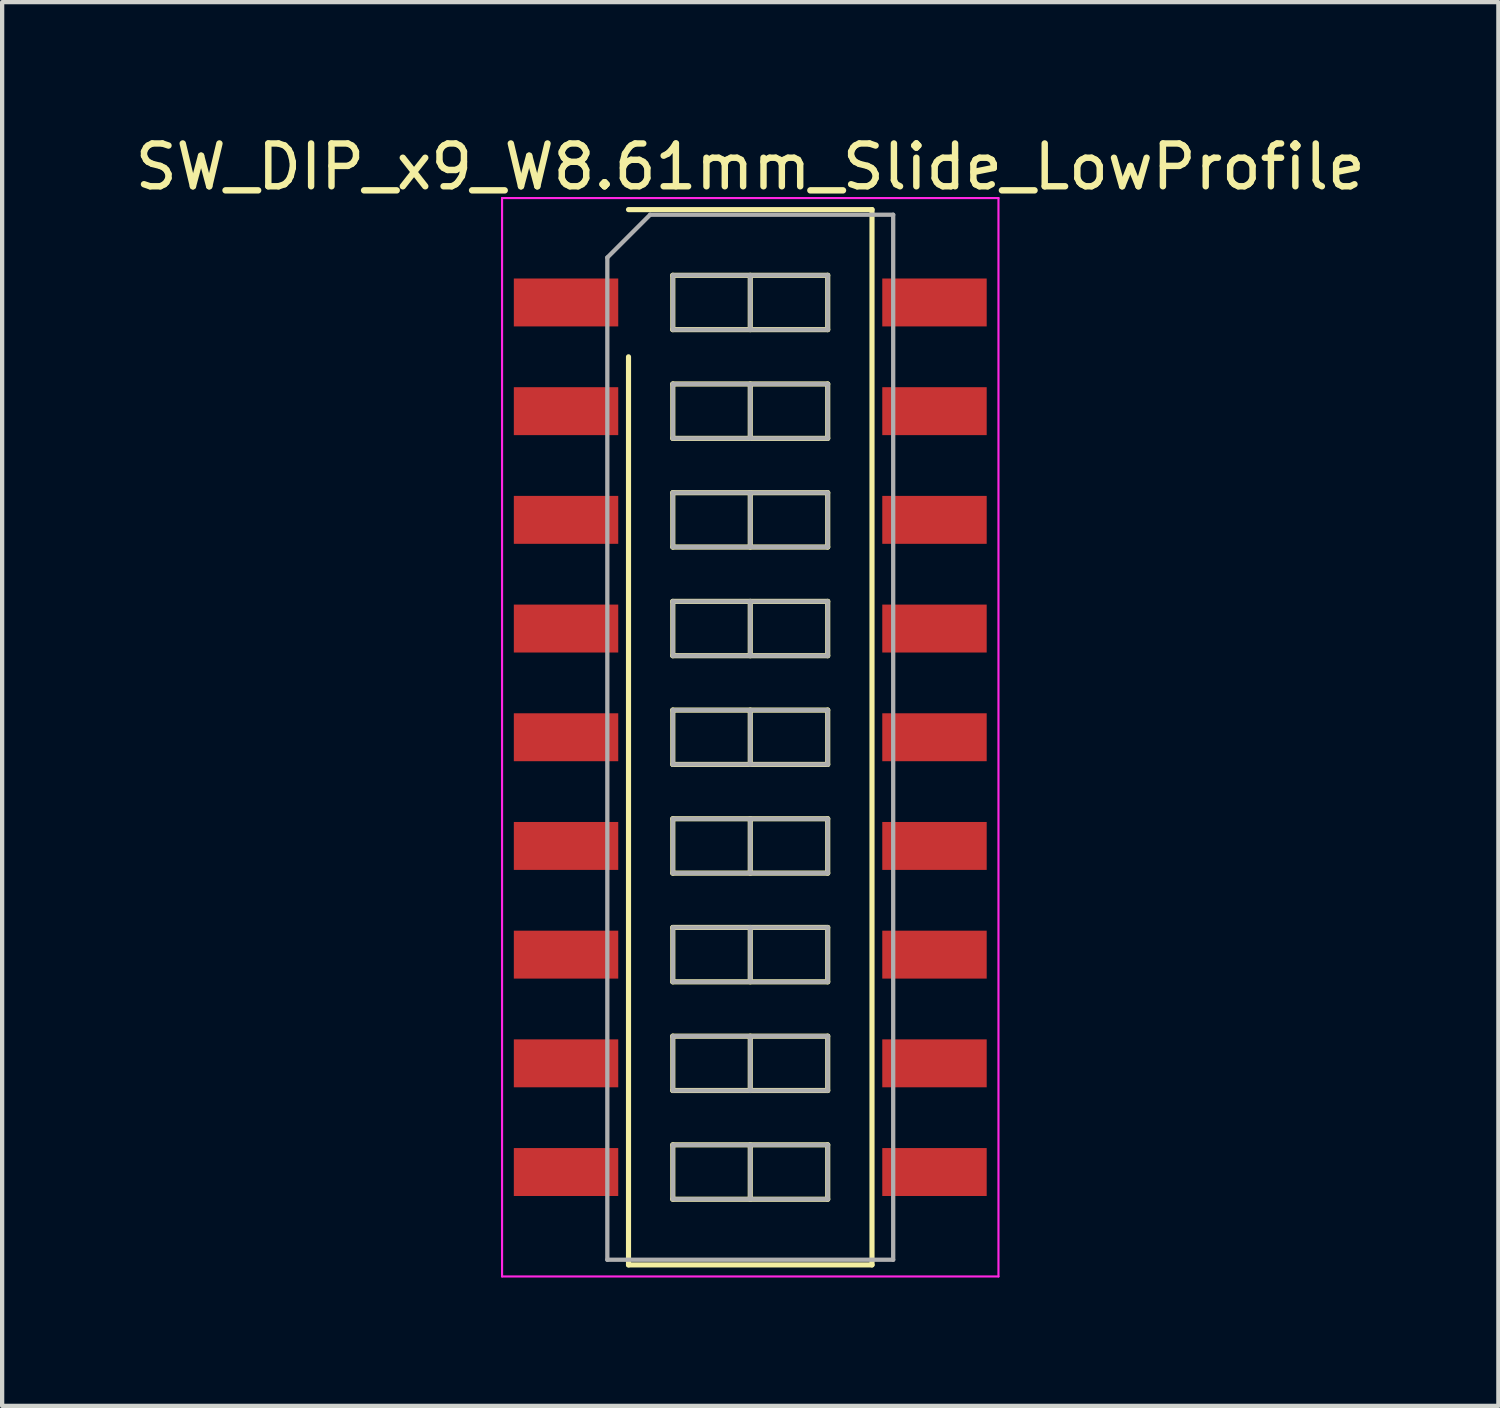
<source format=kicad_pcb>
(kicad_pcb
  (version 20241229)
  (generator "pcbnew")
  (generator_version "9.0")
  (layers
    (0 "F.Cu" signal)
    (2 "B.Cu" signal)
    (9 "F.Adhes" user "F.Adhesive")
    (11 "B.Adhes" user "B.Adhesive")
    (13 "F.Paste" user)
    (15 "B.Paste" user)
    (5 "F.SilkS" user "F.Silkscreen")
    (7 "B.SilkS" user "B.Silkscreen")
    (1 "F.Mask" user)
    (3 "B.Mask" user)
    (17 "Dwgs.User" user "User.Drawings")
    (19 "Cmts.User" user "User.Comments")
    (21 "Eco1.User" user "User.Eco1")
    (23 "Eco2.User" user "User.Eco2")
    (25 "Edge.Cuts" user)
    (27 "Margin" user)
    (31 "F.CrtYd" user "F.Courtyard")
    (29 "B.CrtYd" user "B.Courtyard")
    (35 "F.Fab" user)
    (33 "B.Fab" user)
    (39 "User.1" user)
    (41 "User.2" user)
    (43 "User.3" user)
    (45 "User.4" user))
  (footprint "SW_DIP_x9_W8.61mm_Slide_LowProfile"
    (layer "F.Cu")
    (at 14.482 14.178)
    (property "Reference" "SW_DIP_x9_W8.61mm_Slide_LowProfile" (at 0 -13.33 0) (layer "F.SilkS") (effects (font (size 1 1) (thickness 0.15))))
    (attr smd)
    (fp_line (start -2.845 -12.33) (end 2.845 -12.33) (stroke (width 0.12) (type solid)) (layer "F.SilkS"))
    (fp_line (start -2.845 12.33) (end -2.845 -8.89) (stroke (width 0.12) (type solid)) (layer "F.SilkS"))
    (fp_line (start -1.81 -10.795) (end -1.81 -9.525) (stroke (width 0.12) (type solid)) (layer "F.SilkS"))
    (fp_line (start -1.81 -9.525) (end 1.81 -9.525) (stroke (width 0.12) (type solid)) (layer "F.SilkS"))
    (fp_line (start -1.81 -8.255) (end -1.81 -6.985) (stroke (width 0.12) (type solid)) (layer "F.SilkS"))
    (fp_line (start -1.81 -6.985) (end 1.81 -6.985) (stroke (width 0.12) (type solid)) (layer "F.SilkS"))
    (fp_line (start -1.81 -5.715) (end -1.81 -4.445) (stroke (width 0.12) (type solid)) (layer "F.SilkS"))
    (fp_line (start -1.81 -4.445) (end 1.81 -4.445) (stroke (width 0.12) (type solid)) (layer "F.SilkS"))
    (fp_line (start -1.81 -3.175) (end -1.81 -1.905) (stroke (width 0.12) (type solid)) (layer "F.SilkS"))
    (fp_line (start -1.81 -1.905) (end 1.81 -1.905) (stroke (width 0.12) (type solid)) (layer "F.SilkS"))
    (fp_line (start -1.81 -0.635) (end -1.81 0.635) (stroke (width 0.12) (type solid)) (layer "F.SilkS"))
    (fp_line (start -1.81 0.635) (end 1.81 0.635) (stroke (width 0.12) (type solid)) (layer "F.SilkS"))
    (fp_line (start -1.81 1.905) (end -1.81 3.175) (stroke (width 0.12) (type solid)) (layer "F.SilkS"))
    (fp_line (start -1.81 3.175) (end 1.81 3.175) (stroke (width 0.12) (type solid)) (layer "F.SilkS"))
    (fp_line (start -1.81 4.445) (end -1.81 5.715) (stroke (width 0.12) (type solid)) (layer "F.SilkS"))
    (fp_line (start -1.81 5.715) (end 1.81 5.715) (stroke (width 0.12) (type solid)) (layer "F.SilkS"))
    (fp_line (start -1.81 6.985) (end -1.81 8.255) (stroke (width 0.12) (type solid)) (layer "F.SilkS"))
    (fp_line (start -1.81 8.255) (end 1.81 8.255) (stroke (width 0.12) (type solid)) (layer "F.SilkS"))
    (fp_line (start -1.81 9.525) (end -1.81 10.795) (stroke (width 0.12) (type solid)) (layer "F.SilkS"))
    (fp_line (start -1.81 10.795) (end 1.81 10.795) (stroke (width 0.12) (type solid)) (layer "F.SilkS"))
    (fp_line (start 0 -10.795) (end 0 -9.525) (stroke (width 0.12) (type solid)) (layer "F.SilkS"))
    (fp_line (start 0 -8.255) (end 0 -6.985) (stroke (width 0.12) (type solid)) (layer "F.SilkS"))
    (fp_line (start 0 -5.715) (end 0 -4.445) (stroke (width 0.12) (type solid)) (layer "F.SilkS"))
    (fp_line (start 0 -3.175) (end 0 -1.905) (stroke (width 0.12) (type solid)) (layer "F.SilkS"))
    (fp_line (start 0 -0.635) (end 0 0.635) (stroke (width 0.12) (type solid)) (layer "F.SilkS"))
    (fp_line (start 0 1.905) (end 0 3.175) (stroke (width 0.12) (type solid)) (layer "F.SilkS"))
    (fp_line (start 0 4.445) (end 0 5.715) (stroke (width 0.12) (type solid)) (layer "F.SilkS"))
    (fp_line (start 0 6.985) (end 0 8.255) (stroke (width 0.12) (type solid)) (layer "F.SilkS"))
    (fp_line (start 0 9.525) (end 0 10.795) (stroke (width 0.12) (type solid)) (layer "F.SilkS"))
    (fp_line (start 1.81 -10.795) (end -1.81 -10.795) (stroke (width 0.12) (type solid)) (layer "F.SilkS"))
    (fp_line (start 1.81 -9.525) (end 1.81 -10.795) (stroke (width 0.12) (type solid)) (layer "F.SilkS"))
    (fp_line (start 1.81 -8.255) (end -1.81 -8.255) (stroke (width 0.12) (type solid)) (layer "F.SilkS"))
    (fp_line (start 1.81 -6.985) (end 1.81 -8.255) (stroke (width 0.12) (type solid)) (layer "F.SilkS"))
    (fp_line (start 1.81 -5.715) (end -1.81 -5.715) (stroke (width 0.12) (type solid)) (layer "F.SilkS"))
    (fp_line (start 1.81 -4.445) (end 1.81 -5.715) (stroke (width 0.12) (type solid)) (layer "F.SilkS"))
    (fp_line (start 1.81 -3.175) (end -1.81 -3.175) (stroke (width 0.12) (type solid)) (layer "F.SilkS"))
    (fp_line (start 1.81 -1.905) (end 1.81 -3.175) (stroke (width 0.12) (type solid)) (layer "F.SilkS"))
    (fp_line (start 1.81 -0.635) (end -1.81 -0.635) (stroke (width 0.12) (type solid)) (layer "F.SilkS"))
    (fp_line (start 1.81 0.635) (end 1.81 -0.635) (stroke (width 0.12) (type solid)) (layer "F.SilkS"))
    (fp_line (start 1.81 1.905) (end -1.81 1.905) (stroke (width 0.12) (type solid)) (layer "F.SilkS"))
    (fp_line (start 1.81 3.175) (end 1.81 1.905) (stroke (width 0.12) (type solid)) (layer "F.SilkS"))
    (fp_line (start 1.81 4.445) (end -1.81 4.445) (stroke (width 0.12) (type solid)) (layer "F.SilkS"))
    (fp_line (start 1.81 5.715) (end 1.81 4.445) (stroke (width 0.12) (type solid)) (layer "F.SilkS"))
    (fp_line (start 1.81 6.985) (end -1.81 6.985) (stroke (width 0.12) (type solid)) (layer "F.SilkS"))
    (fp_line (start 1.81 8.255) (end 1.81 6.985) (stroke (width 0.12) (type solid)) (layer "F.SilkS"))
    (fp_line (start 1.81 9.525) (end -1.81 9.525) (stroke (width 0.12) (type solid)) (layer "F.SilkS"))
    (fp_line (start 1.81 10.795) (end 1.81 9.525) (stroke (width 0.12) (type solid)) (layer "F.SilkS"))
    (fp_line (start 2.845 -12.33) (end 2.845 12.33) (stroke (width 0.12) (type solid)) (layer "F.SilkS"))
    (fp_line (start 2.845 12.33) (end -2.845 12.33) (stroke (width 0.12) (type solid)) (layer "F.SilkS"))
    (fp_line (start -5.8 -12.6) (end -5.8 12.6) (stroke (width 0.05) (type solid)) (layer "F.CrtYd"))
    (fp_line (start -5.8 12.6) (end 5.8 12.6) (stroke (width 0.05) (type solid)) (layer "F.CrtYd"))
    (fp_line (start 5.8 -12.6) (end -5.8 -12.6) (stroke (width 0.05) (type solid)) (layer "F.CrtYd"))
    (fp_line (start 5.8 12.6) (end 5.8 -12.6) (stroke (width 0.05) (type solid)) (layer "F.CrtYd"))
    (fp_line (start -3.34 -11.21) (end -2.34 -12.21) (stroke (width 0.1) (type solid)) (layer "F.Fab"))
    (fp_line (start -3.34 12.21) (end -3.34 -11.21) (stroke (width 0.1) (type solid)) (layer "F.Fab"))
    (fp_line (start -2.34 -12.21) (end 3.34 -12.21) (stroke (width 0.1) (type solid)) (layer "F.Fab"))
    (fp_line (start -1.81 -10.795) (end -1.81 -9.525) (stroke (width 0.1) (type solid)) (layer "F.Fab"))
    (fp_line (start -1.81 -9.525) (end 1.81 -9.525) (stroke (width 0.1) (type solid)) (layer "F.Fab"))
    (fp_line (start -1.81 -8.255) (end -1.81 -6.985) (stroke (width 0.1) (type solid)) (layer "F.Fab"))
    (fp_line (start -1.81 -6.985) (end 1.81 -6.985) (stroke (width 0.1) (type solid)) (layer "F.Fab"))
    (fp_line (start -1.81 -5.715) (end -1.81 -4.445) (stroke (width 0.1) (type solid)) (layer "F.Fab"))
    (fp_line (start -1.81 -4.445) (end 1.81 -4.445) (stroke (width 0.1) (type solid)) (layer "F.Fab"))
    (fp_line (start -1.81 -3.175) (end -1.81 -1.905) (stroke (width 0.1) (type solid)) (layer "F.Fab"))
    (fp_line (start -1.81 -1.905) (end 1.81 -1.905) (stroke (width 0.1) (type solid)) (layer "F.Fab"))
    (fp_line (start -1.81 -0.635) (end -1.81 0.635) (stroke (width 0.1) (type solid)) (layer "F.Fab"))
    (fp_line (start -1.81 0.635) (end 1.81 0.635) (stroke (width 0.1) (type solid)) (layer "F.Fab"))
    (fp_line (start -1.81 1.905) (end -1.81 3.175) (stroke (width 0.1) (type solid)) (layer "F.Fab"))
    (fp_line (start -1.81 3.175) (end 1.81 3.175) (stroke (width 0.1) (type solid)) (layer "F.Fab"))
    (fp_line (start -1.81 4.445) (end -1.81 5.715) (stroke (width 0.1) (type solid)) (layer "F.Fab"))
    (fp_line (start -1.81 5.715) (end 1.81 5.715) (stroke (width 0.1) (type solid)) (layer "F.Fab"))
    (fp_line (start -1.81 6.985) (end -1.81 8.255) (stroke (width 0.1) (type solid)) (layer "F.Fab"))
    (fp_line (start -1.81 8.255) (end 1.81 8.255) (stroke (width 0.1) (type solid)) (layer "F.Fab"))
    (fp_line (start -1.81 9.525) (end -1.81 10.795) (stroke (width 0.1) (type solid)) (layer "F.Fab"))
    (fp_line (start -1.81 10.795) (end 1.81 10.795) (stroke (width 0.1) (type solid)) (layer "F.Fab"))
    (fp_line (start 0 -10.795) (end 0 -9.525) (stroke (width 0.1) (type solid)) (layer "F.Fab"))
    (fp_line (start 0 -8.255) (end 0 -6.985) (stroke (width 0.1) (type solid)) (layer "F.Fab"))
    (fp_line (start 0 -5.715) (end 0 -4.445) (stroke (width 0.1) (type solid)) (layer "F.Fab"))
    (fp_line (start 0 -3.175) (end 0 -1.905) (stroke (width 0.1) (type solid)) (layer "F.Fab"))
    (fp_line (start 0 -0.635) (end 0 0.635) (stroke (width 0.1) (type solid)) (layer "F.Fab"))
    (fp_line (start 0 1.905) (end 0 3.175) (stroke (width 0.1) (type solid)) (layer "F.Fab"))
    (fp_line (start 0 4.445) (end 0 5.715) (stroke (width 0.1) (type solid)) (layer "F.Fab"))
    (fp_line (start 0 6.985) (end 0 8.255) (stroke (width 0.1) (type solid)) (layer "F.Fab"))
    (fp_line (start 0 9.525) (end 0 10.795) (stroke (width 0.1) (type solid)) (layer "F.Fab"))
    (fp_line (start 1.81 -10.795) (end -1.81 -10.795) (stroke (width 0.1) (type solid)) (layer "F.Fab"))
    (fp_line (start 1.81 -9.525) (end 1.81 -10.795) (stroke (width 0.1) (type solid)) (layer "F.Fab"))
    (fp_line (start 1.81 -8.255) (end -1.81 -8.255) (stroke (width 0.1) (type solid)) (layer "F.Fab"))
    (fp_line (start 1.81 -6.985) (end 1.81 -8.255) (stroke (width 0.1) (type solid)) (layer "F.Fab"))
    (fp_line (start 1.81 -5.715) (end -1.81 -5.715) (stroke (width 0.1) (type solid)) (layer "F.Fab"))
    (fp_line (start 1.81 -4.445) (end 1.81 -5.715) (stroke (width 0.1) (type solid)) (layer "F.Fab"))
    (fp_line (start 1.81 -3.175) (end -1.81 -3.175) (stroke (width 0.1) (type solid)) (layer "F.Fab"))
    (fp_line (start 1.81 -1.905) (end 1.81 -3.175) (stroke (width 0.1) (type solid)) (layer "F.Fab"))
    (fp_line (start 1.81 -0.635) (end -1.81 -0.635) (stroke (width 0.1) (type solid)) (layer "F.Fab"))
    (fp_line (start 1.81 0.635) (end 1.81 -0.635) (stroke (width 0.1) (type solid)) (layer "F.Fab"))
    (fp_line (start 1.81 1.905) (end -1.81 1.905) (stroke (width 0.1) (type solid)) (layer "F.Fab"))
    (fp_line (start 1.81 3.175) (end 1.81 1.905) (stroke (width 0.1) (type solid)) (layer "F.Fab"))
    (fp_line (start 1.81 4.445) (end -1.81 4.445) (stroke (width 0.1) (type solid)) (layer "F.Fab"))
    (fp_line (start 1.81 5.715) (end 1.81 4.445) (stroke (width 0.1) (type solid)) (layer "F.Fab"))
    (fp_line (start 1.81 6.985) (end -1.81 6.985) (stroke (width 0.1) (type solid)) (layer "F.Fab"))
    (fp_line (start 1.81 8.255) (end 1.81 6.985) (stroke (width 0.1) (type solid)) (layer "F.Fab"))
    (fp_line (start 1.81 9.525) (end -1.81 9.525) (stroke (width 0.1) (type solid)) (layer "F.Fab"))
    (fp_line (start 1.81 10.795) (end 1.81 9.525) (stroke (width 0.1) (type solid)) (layer "F.Fab"))
    (fp_line (start 3.34 -12.21) (end 3.34 12.21) (stroke (width 0.1) (type solid)) (layer "F.Fab"))
    (fp_line (start 3.34 12.21) (end -3.34 12.21) (stroke (width 0.1) (type solid)) (layer "F.Fab"))
    (pad "1" smd rect (at -4.305 -10.16) (size 2.44 1.12) (layers "F.Cu" "F.Mask"))
    (pad "2" smd rect (at -4.305 -7.62) (size 2.44 1.12) (layers "F.Cu" "F.Mask"))
    (pad "3" smd rect (at -4.305 -5.08) (size 2.44 1.12) (layers "F.Cu" "F.Mask"))
    (pad "4" smd rect (at -4.305 -2.54) (size 2.44 1.12) (layers "F.Cu" "F.Mask"))
    (pad "5" smd rect (at -4.305 0) (size 2.44 1.12) (layers "F.Cu" "F.Mask"))
    (pad "6" smd rect (at -4.305 2.54) (size 2.44 1.12) (layers "F.Cu" "F.Mask"))
    (pad "7" smd rect (at -4.305 5.08) (size 2.44 1.12) (layers "F.Cu" "F.Mask"))
    (pad "8" smd rect (at -4.305 7.62) (size 2.44 1.12) (layers "F.Cu" "F.Mask"))
    (pad "9" smd rect (at -4.305 10.16) (size 2.44 1.12) (layers "F.Cu" "F.Mask"))
    (pad "10" smd rect (at 4.305 10.16) (size 2.44 1.12) (layers "F.Cu" "F.Mask"))
    (pad "11" smd rect (at 4.305 7.62) (size 2.44 1.12) (layers "F.Cu" "F.Mask"))
    (pad "12" smd rect (at 4.305 5.08) (size 2.44 1.12) (layers "F.Cu" "F.Mask"))
    (pad "13" smd rect (at 4.305 2.54) (size 2.44 1.12) (layers "F.Cu" "F.Mask"))
    (pad "14" smd rect (at 4.305 0) (size 2.44 1.12) (layers "F.Cu" "F.Mask"))
    (pad "15" smd rect (at 4.305 -2.54) (size 2.44 1.12) (layers "F.Cu" "F.Mask"))
    (pad "16" smd rect (at 4.305 -5.08) (size 2.44 1.12) (layers "F.Cu" "F.Mask"))
    (pad "17" smd rect (at 4.305 -7.62) (size 2.44 1.12) (layers "F.Cu" "F.Mask"))
    (pad "18" smd rect (at 4.305 -10.16) (size 2.44 1.12) (layers "F.Cu" "F.Mask")))
  (gr_rect
    (start -3 -3)
    (end 31.964 29.803)
    (stroke (width 0.1) (type default))
    (fill no)
    (layer "Edge.Cuts")))
</source>
